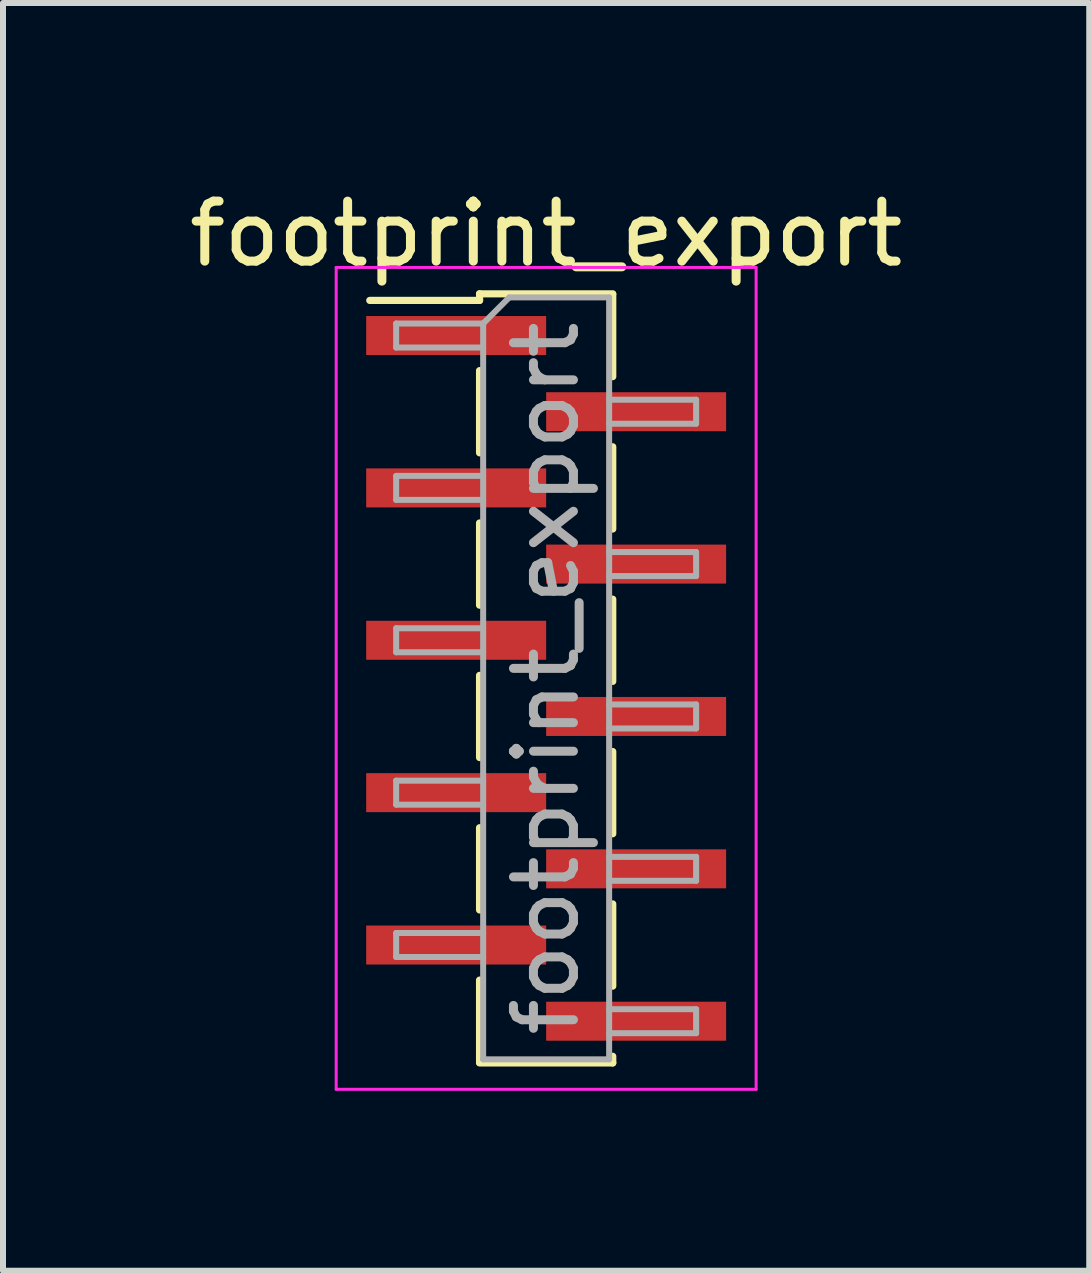
<source format=kicad_pcb>
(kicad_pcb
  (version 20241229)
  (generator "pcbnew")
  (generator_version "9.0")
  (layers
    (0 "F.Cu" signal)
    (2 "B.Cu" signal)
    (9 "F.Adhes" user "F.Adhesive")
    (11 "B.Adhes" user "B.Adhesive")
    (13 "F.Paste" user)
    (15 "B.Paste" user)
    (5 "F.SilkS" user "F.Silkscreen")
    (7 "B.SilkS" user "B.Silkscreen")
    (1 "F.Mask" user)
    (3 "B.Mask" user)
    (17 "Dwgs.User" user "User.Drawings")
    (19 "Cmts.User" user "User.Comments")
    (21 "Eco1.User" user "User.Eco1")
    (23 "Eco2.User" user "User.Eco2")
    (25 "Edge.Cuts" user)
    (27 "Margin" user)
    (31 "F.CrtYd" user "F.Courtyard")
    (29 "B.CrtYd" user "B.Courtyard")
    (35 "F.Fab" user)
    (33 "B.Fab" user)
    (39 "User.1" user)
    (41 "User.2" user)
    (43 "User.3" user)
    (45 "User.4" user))
  (footprint "footprint_export"
    (layer "F.Cu")
    (at 6.054 8.258)
    (property "Reference" "footprint_export" (at 0 -7.41 0) (layer "F.SilkS") (effects (font (size 1 1) (thickness 0.15))))
    (attr smd)
    (fp_line (start -1.11 -6.41) (end -1.11 -6.3) (stroke (width 0.12) (type solid)) (layer "F.SilkS"))
    (fp_line (start -1.11 -6.41) (end 1.11 -6.41) (stroke (width 0.12) (type solid)) (layer "F.SilkS"))
    (fp_line (start -1.11 -6.3) (end -2.94 -6.3) (stroke (width 0.12) (type solid)) (layer "F.SilkS"))
    (fp_line (start -1.11 -5.13) (end -1.11 -3.76) (stroke (width 0.12) (type solid)) (layer "F.SilkS"))
    (fp_line (start -1.11 -2.59) (end -1.11 -1.22) (stroke (width 0.12) (type solid)) (layer "F.SilkS"))
    (fp_line (start -1.11 -0.05) (end -1.11 1.32) (stroke (width 0.12) (type solid)) (layer "F.SilkS"))
    (fp_line (start -1.11 2.49) (end -1.11 3.86) (stroke (width 0.12) (type solid)) (layer "F.SilkS"))
    (fp_line (start -1.11 5.03) (end -1.11 6.4) (stroke (width 0.12) (type solid)) (layer "F.SilkS"))
    (fp_line (start -1.11 6.41) (end 1.11 6.41) (stroke (width 0.12) (type solid)) (layer "F.SilkS"))
    (fp_line (start 1.11 -6.4) (end 1.11 -5.03) (stroke (width 0.12) (type solid)) (layer "F.SilkS"))
    (fp_line (start 1.11 -3.86) (end 1.11 -2.49) (stroke (width 0.12) (type solid)) (layer "F.SilkS"))
    (fp_line (start 1.11 -1.32) (end 1.11 0.05) (stroke (width 0.12) (type solid)) (layer "F.SilkS"))
    (fp_line (start 1.11 1.22) (end 1.11 2.59) (stroke (width 0.12) (type solid)) (layer "F.SilkS"))
    (fp_line (start 1.11 3.76) (end 1.11 5.13) (stroke (width 0.12) (type solid)) (layer "F.SilkS"))
    (fp_line (start 1.11 6.3) (end 1.11 6.41) (stroke (width 0.12) (type solid)) (layer "F.SilkS"))
    (fp_line (start -3.5 -6.85) (end -3.5 6.85) (stroke (width 0.05) (type solid)) (layer "F.CrtYd"))
    (fp_line (start -3.5 6.85) (end 3.5 6.85) (stroke (width 0.05) (type solid)) (layer "F.CrtYd"))
    (fp_line (start 3.5 -6.85) (end -3.5 -6.85) (stroke (width 0.05) (type solid)) (layer "F.CrtYd"))
    (fp_line (start 3.5 6.85) (end 3.5 -6.85) (stroke (width 0.05) (type solid)) (layer "F.CrtYd"))
    (fp_line (start -2.5 -5.915) (end -2.5 -5.515) (stroke (width 0.1) (type solid)) (layer "F.Fab"))
    (fp_line (start -2.5 -5.515) (end -1.05 -5.515) (stroke (width 0.1) (type solid)) (layer "F.Fab"))
    (fp_line (start -2.5 -3.375) (end -2.5 -2.975) (stroke (width 0.1) (type solid)) (layer "F.Fab"))
    (fp_line (start -2.5 -2.975) (end -1.05 -2.975) (stroke (width 0.1) (type solid)) (layer "F.Fab"))
    (fp_line (start -2.5 -0.835) (end -2.5 -0.435) (stroke (width 0.1) (type solid)) (layer "F.Fab"))
    (fp_line (start -2.5 -0.435) (end -1.05 -0.435) (stroke (width 0.1) (type solid)) (layer "F.Fab"))
    (fp_line (start -2.5 1.705) (end -2.5 2.105) (stroke (width 0.1) (type solid)) (layer "F.Fab"))
    (fp_line (start -2.5 2.105) (end -1.05 2.105) (stroke (width 0.1) (type solid)) (layer "F.Fab"))
    (fp_line (start -2.5 4.245) (end -2.5 4.645) (stroke (width 0.1) (type solid)) (layer "F.Fab"))
    (fp_line (start -2.5 4.645) (end -1.05 4.645) (stroke (width 0.1) (type solid)) (layer "F.Fab"))
    (fp_line (start -1.05 -5.915) (end -2.5 -5.915) (stroke (width 0.1) (type solid)) (layer "F.Fab"))
    (fp_line (start -1.05 -5.915) (end -0.615 -6.35) (stroke (width 0.1) (type solid)) (layer "F.Fab"))
    (fp_line (start -1.05 -3.375) (end -2.5 -3.375) (stroke (width 0.1) (type solid)) (layer "F.Fab"))
    (fp_line (start -1.05 -0.835) (end -2.5 -0.835) (stroke (width 0.1) (type solid)) (layer "F.Fab"))
    (fp_line (start -1.05 1.705) (end -2.5 1.705) (stroke (width 0.1) (type solid)) (layer "F.Fab"))
    (fp_line (start -1.05 4.245) (end -2.5 4.245) (stroke (width 0.1) (type solid)) (layer "F.Fab"))
    (fp_line (start -1.05 6.35) (end -1.05 -5.915) (stroke (width 0.1) (type solid)) (layer "F.Fab"))
    (fp_line (start -0.615 -6.35) (end 1.05 -6.35) (stroke (width 0.1) (type solid)) (layer "F.Fab"))
    (fp_line (start 1.05 -6.35) (end 1.05 6.35) (stroke (width 0.1) (type solid)) (layer "F.Fab"))
    (fp_line (start 1.05 -4.645) (end 2.5 -4.645) (stroke (width 0.1) (type solid)) (layer "F.Fab"))
    (fp_line (start 1.05 -2.105) (end 2.5 -2.105) (stroke (width 0.1) (type solid)) (layer "F.Fab"))
    (fp_line (start 1.05 0.435) (end 2.5 0.435) (stroke (width 0.1) (type solid)) (layer "F.Fab"))
    (fp_line (start 1.05 2.975) (end 2.5 2.975) (stroke (width 0.1) (type solid)) (layer "F.Fab"))
    (fp_line (start 1.05 5.515) (end 2.5 5.515) (stroke (width 0.1) (type solid)) (layer "F.Fab"))
    (fp_line (start 1.05 6.35) (end -1.05 6.35) (stroke (width 0.1) (type solid)) (layer "F.Fab"))
    (fp_line (start 2.5 -4.645) (end 2.5 -4.245) (stroke (width 0.1) (type solid)) (layer "F.Fab"))
    (fp_line (start 2.5 -4.245) (end 1.05 -4.245) (stroke (width 0.1) (type solid)) (layer "F.Fab"))
    (fp_line (start 2.5 -2.105) (end 2.5 -1.705) (stroke (width 0.1) (type solid)) (layer "F.Fab"))
    (fp_line (start 2.5 -1.705) (end 1.05 -1.705) (stroke (width 0.1) (type solid)) (layer "F.Fab"))
    (fp_line (start 2.5 0.435) (end 2.5 0.835) (stroke (width 0.1) (type solid)) (layer "F.Fab"))
    (fp_line (start 2.5 0.835) (end 1.05 0.835) (stroke (width 0.1) (type solid)) (layer "F.Fab"))
    (fp_line (start 2.5 2.975) (end 2.5 3.375) (stroke (width 0.1) (type solid)) (layer "F.Fab"))
    (fp_line (start 2.5 3.375) (end 1.05 3.375) (stroke (width 0.1) (type solid)) (layer "F.Fab"))
    (fp_line (start 2.5 5.515) (end 2.5 5.915) (stroke (width 0.1) (type solid)) (layer "F.Fab"))
    (fp_line (start 2.5 5.915) (end 1.05 5.915) (stroke (width 0.1) (type solid)) (layer "F.Fab"))
    (fp_text user "${REFERENCE}" (at 0 0 90) (layer "F.Fab") (effects (font (size 1 1) (thickness 0.15))))
    (pad "1" smd rect (at -1.5 -5.715) (size 3 0.65) (layers "F.Cu" "F.Mask" "F.Paste"))
    (pad "2" smd rect (at 1.5 -4.445) (size 3 0.65) (layers "F.Cu" "F.Mask" "F.Paste"))
    (pad "3" smd rect (at -1.5 -3.175) (size 3 0.65) (layers "F.Cu" "F.Mask" "F.Paste"))
    (pad "4" smd rect (at 1.5 -1.905) (size 3 0.65) (layers "F.Cu" "F.Mask" "F.Paste"))
    (pad "5" smd rect (at -1.5 -0.635) (size 3 0.65) (layers "F.Cu" "F.Mask" "F.Paste"))
    (pad "6" smd rect (at 1.5 0.635) (size 3 0.65) (layers "F.Cu" "F.Mask" "F.Paste"))
    (pad "7" smd rect (at -1.5 1.905) (size 3 0.65) (layers "F.Cu" "F.Mask" "F.Paste"))
    (pad "8" smd rect (at 1.5 3.175) (size 3 0.65) (layers "F.Cu" "F.Mask" "F.Paste"))
    (pad "9" smd rect (at -1.5 4.445) (size 3 0.65) (layers "F.Cu" "F.Mask" "F.Paste"))
    (pad "10" smd rect (at 1.5 5.715) (size 3 0.65) (layers "F.Cu" "F.Mask" "F.Paste")))
  (gr_rect
    (start -3 -3)
    (end 15.107 18.133)
    (stroke (width 0.1) (type default))
    (fill no)
    (layer "Edge.Cuts")))
</source>
